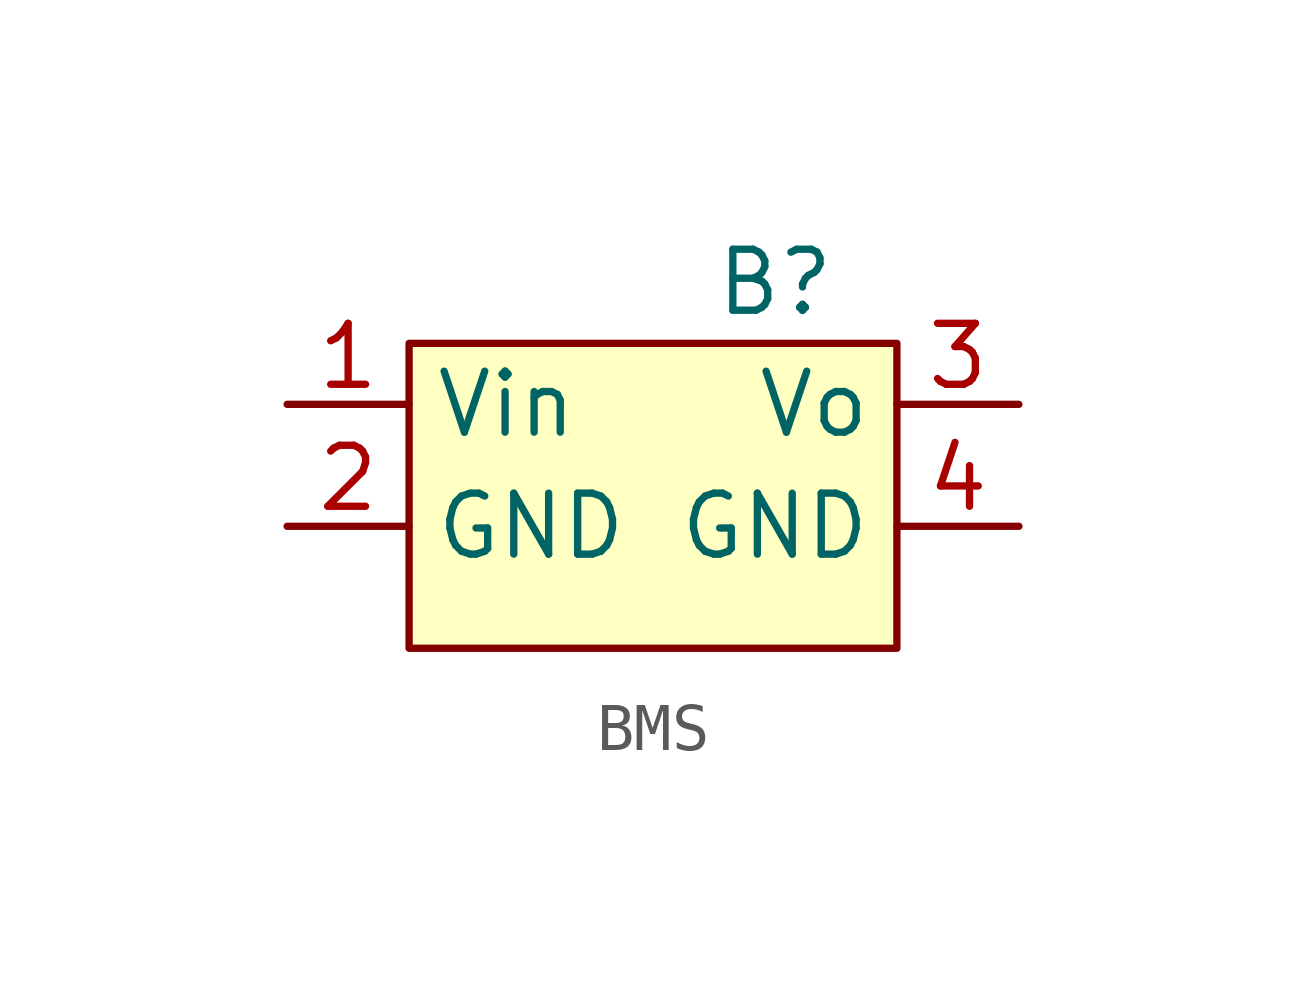
<source format=kicad_sym>
(kicad_symbol_lib
  (version 20231120)
  (generator "kicad_symbol_editor")
  (generator_version "8.0")
  (symbol "BMS"
    (property "Reference" "B"
      (at 0 0 0)
      (effects (font (size 1.27 1.27))))
    (property "Value" ""
      (at 0 0 0)
      (effects (font (size 1.27 1.27))))
    (symbol "BMS_1_1"
      (rectangle (start -7.62 -1.27) (end 2.54 -7.62) (stroke (width 0) (type default)) (fill (type background)))
      (pin power_in line (at -10.16 -2.54 0) (length 2.54) (name "Vin" (effects (font (size 1.27 1.27)))) (number "1" (effects (font (size 1.27 1.27)))))
      (pin power_in line (at -10.16 -5.08 0) (length 2.54) (name "GND" (effects (font (size 1.27 1.27)))) (number "2" (effects (font (size 1.27 1.27)))))
      (pin power_in line (at 5.08 -2.54 180) (length 2.54) (name "Vo" (effects (font (size 1.27 1.27)))) (number "3" (effects (font (size 1.27 1.27)))))
      (pin power_out line (at 5.08 -5.08 180) (length 2.54) (name "GND" (effects (font (size 1.27 1.27)))) (number "4" (effects (font (size 1.27 1.27))))))))
</source>
